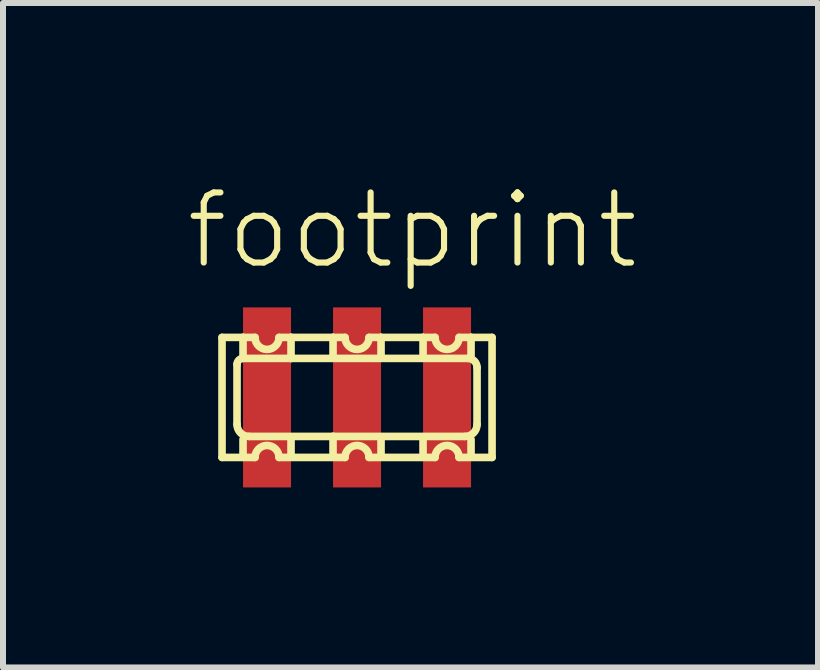
<source format=kicad_pcb>
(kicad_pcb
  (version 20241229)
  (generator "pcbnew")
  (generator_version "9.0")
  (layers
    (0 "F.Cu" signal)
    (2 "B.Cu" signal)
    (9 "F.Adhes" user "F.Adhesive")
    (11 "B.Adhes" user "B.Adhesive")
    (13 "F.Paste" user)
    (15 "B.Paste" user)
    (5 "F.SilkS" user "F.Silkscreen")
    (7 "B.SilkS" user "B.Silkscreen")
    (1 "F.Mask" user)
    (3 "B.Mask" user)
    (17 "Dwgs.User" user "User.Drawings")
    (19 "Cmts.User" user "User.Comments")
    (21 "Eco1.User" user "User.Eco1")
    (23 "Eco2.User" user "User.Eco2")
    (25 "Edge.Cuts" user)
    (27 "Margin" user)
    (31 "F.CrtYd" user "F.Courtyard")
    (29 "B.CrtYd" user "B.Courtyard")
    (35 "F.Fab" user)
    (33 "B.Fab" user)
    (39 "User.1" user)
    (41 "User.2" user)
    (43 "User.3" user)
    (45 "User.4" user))
  (footprint "footprint"
    (layer "F.Cu")
    (at 2.9 3.573)
    (property "Reference" "footprint" (at -2.9 -2.1 0) (layer "F.SilkS") (effects (font (size 1.168 1.168) (thickness 0.102)) (justify left bottom)))
    (fp_line (start -2.25 -1) (end -1.9 -1) (stroke (width 0.127) (type solid)) (layer "F.SilkS"))
    (fp_line (start -2.25 1) (end -2.25 -1) (stroke (width 0.127) (type solid)) (layer "F.SilkS"))
    (fp_line (start -2 -0.55) (end -2 0.45) (stroke (width 0.127) (type solid)) (layer "F.SilkS"))
    (fp_line (start -1.9 -1) (end -1.9 -0.7) (stroke (width 0.127) (type solid)) (layer "F.SilkS"))
    (fp_line (start -1.9 -1) (end -1.7 -1) (stroke (width 0.127) (type solid)) (layer "F.SilkS"))
    (fp_line (start -1.9 0.7) (end -1.9 0.95) (stroke (width 0.127) (type solid)) (layer "F.SilkS"))
    (fp_line (start -1.8 0.65) (end -0.4 0.65) (stroke (width 0.127) (type solid)) (layer "F.SilkS"))
    (fp_line (start -1.7 1) (end -2.25 1) (stroke (width 0.127) (type solid)) (layer "F.SilkS"))
    (fp_line (start -1.3 -1) (end -1.1 -1) (stroke (width 0.127) (type solid)) (layer "F.SilkS"))
    (fp_line (start -1.1 -1) (end -1.1 -0.65) (stroke (width 0.127) (type solid)) (layer "F.SilkS"))
    (fp_line (start -1.1 -1) (end -0.4 -1) (stroke (width 0.127) (type solid)) (layer "F.SilkS"))
    (fp_line (start -1.1 -0.65) (end -1.9 -0.65) (stroke (width 0.127) (type solid)) (layer "F.SilkS"))
    (fp_line (start -1.1 0.7) (end -1.1 0.95) (stroke (width 0.127) (type solid)) (layer "F.SilkS"))
    (fp_line (start -0.4 -1) (end -0.4 -0.7) (stroke (width 0.127) (type solid)) (layer "F.SilkS"))
    (fp_line (start -0.4 -1) (end -0.2 -1) (stroke (width 0.127) (type solid)) (layer "F.SilkS"))
    (fp_line (start -0.4 0.65) (end -0.4 0.95) (stroke (width 0.127) (type solid)) (layer "F.SilkS"))
    (fp_line (start -0.4 0.65) (end 1.8 0.65) (stroke (width 0.127) (type solid)) (layer "F.SilkS"))
    (fp_line (start -0.2 1) (end -1.3 1) (stroke (width 0.127) (type solid)) (layer "F.SilkS"))
    (fp_line (start 0.2 -1) (end 0.4 -1) (stroke (width 0.127) (type solid)) (layer "F.SilkS"))
    (fp_line (start 0.4 -1) (end 0.4 -0.7) (stroke (width 0.127) (type solid)) (layer "F.SilkS"))
    (fp_line (start 0.4 -1) (end 1.1 -1) (stroke (width 0.127) (type solid)) (layer "F.SilkS"))
    (fp_line (start 0.4 0.7) (end 0.4 0.95) (stroke (width 0.127) (type solid)) (layer "F.SilkS"))
    (fp_line (start 1.1 -1) (end 1.1 -0.7) (stroke (width 0.127) (type solid)) (layer "F.SilkS"))
    (fp_line (start 1.1 -1) (end 1.3 -1) (stroke (width 0.127) (type solid)) (layer "F.SilkS"))
    (fp_line (start 1.1 0.7) (end 1.1 0.95) (stroke (width 0.127) (type solid)) (layer "F.SilkS"))
    (fp_line (start 1.3 1) (end 0.2 1) (stroke (width 0.127) (type solid)) (layer "F.SilkS"))
    (fp_line (start 1.7 -1) (end 1.9 -1) (stroke (width 0.127) (type solid)) (layer "F.SilkS"))
    (fp_line (start 1.85 -0.65) (end -1.1 -0.65) (stroke (width 0.127) (type solid)) (layer "F.SilkS"))
    (fp_line (start 1.9 -1) (end 1.9 -0.7) (stroke (width 0.127) (type solid)) (layer "F.SilkS"))
    (fp_line (start 1.9 -1) (end 2.25 -1) (stroke (width 0.127) (type solid)) (layer "F.SilkS"))
    (fp_line (start 1.9 0.7) (end 1.9 0.95) (stroke (width 0.127) (type solid)) (layer "F.SilkS"))
    (fp_line (start 2 0.45) (end 2 -0.5) (stroke (width 0.127) (type solid)) (layer "F.SilkS"))
    (fp_line (start 2.25 -1) (end 2.25 1) (stroke (width 0.127) (type solid)) (layer "F.SilkS"))
    (fp_line (start 2.25 1) (end 1.7 1) (stroke (width 0.127) (type solid)) (layer "F.SilkS"))
    (fp_arc (start -2 -0.55) (mid -1.970711 -0.620711) (end -1.9 -0.65) (stroke (width 0.127) (type solid)) (layer "F.SilkS"))
    (fp_arc (start -1.8 0.65) (mid -1.941421 0.591421) (end -2 0.45) (stroke (width 0.127) (type solid)) (layer "F.SilkS"))
    (fp_arc (start -1.7 1) (mid -1.5 0.8) (end -1.3 1) (stroke (width 0.127) (type solid)) (layer "F.SilkS"))
    (fp_arc (start -1.3 -1) (mid -1.5 -0.8) (end -1.7 -1) (stroke (width 0.127) (type solid)) (layer "F.SilkS"))
    (fp_arc (start -0.2 1) (mid 0 0.8) (end 0.2 1) (stroke (width 0.127) (type solid)) (layer "F.SilkS"))
    (fp_arc (start 0.2 -1) (mid 0 -0.8) (end -0.2 -1) (stroke (width 0.127) (type solid)) (layer "F.SilkS"))
    (fp_arc (start 1.3 1) (mid 1.5 0.8) (end 1.7 1) (stroke (width 0.127) (type solid)) (layer "F.SilkS"))
    (fp_arc (start 1.7 -1) (mid 1.5 -0.8) (end 1.3 -1) (stroke (width 0.127) (type solid)) (layer "F.SilkS"))
    (fp_arc (start 1.85 -0.65) (mid 1.956066 -0.606066) (end 2 -0.5) (stroke (width 0.127) (type solid)) (layer "F.SilkS"))
    (fp_arc (start 2 0.45) (mid 1.941421 0.591421) (end 1.8 0.65) (stroke (width 0.127) (type solid)) (layer "F.SilkS"))
    (pad "1" smd rect (at -1.5 0 90) (size 3 0.8) (layers "F.Cu" "F.Mask" "F.Paste"))
    (pad "2" smd rect (at 0 0 90) (size 3 0.8) (layers "F.Cu" "F.Mask" "F.Paste"))
    (pad "3" smd rect (at 1.5 0 90) (size 3 0.8) (layers "F.Cu" "F.Mask" "F.Paste")))
  (gr_rect
    (start -3 -3)
    (end 10.582 8.073)
    (stroke (width 0.1) (type default))
    (fill no)
    (layer "Edge.Cuts")))
</source>
